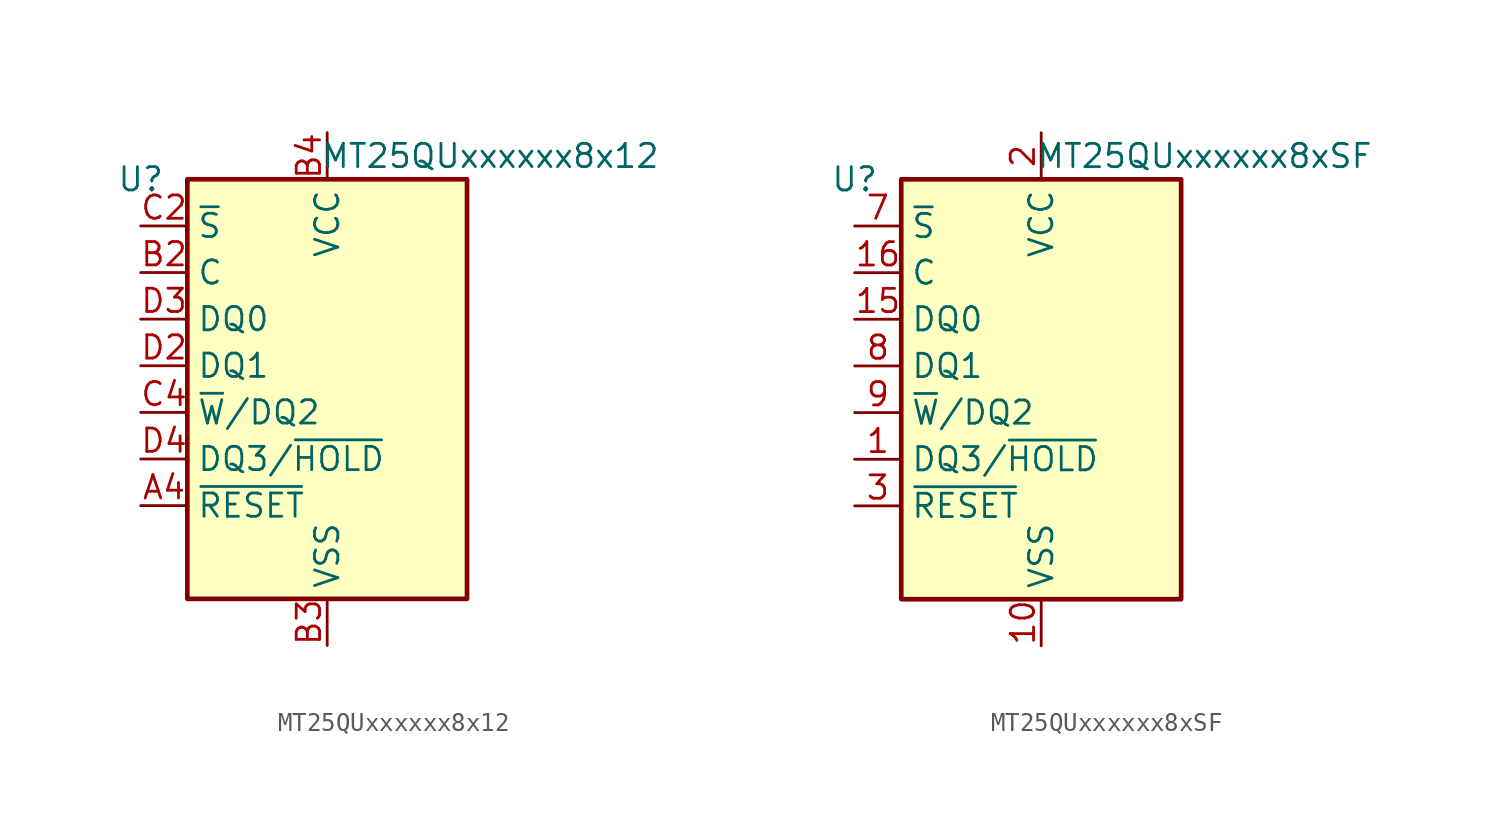
<source format=kicad_sym>
(kicad_symbol_lib
  (version 20231120)
  (generator "kicad_symbol_editor")
  (generator_version "8.0")
  (symbol "MT25QUxxxxxx8x12"
    (property "Reference" "U"
      (at -10.16 10.16 0)
      (effects (font (size 1.27 1.27))))
    (property "Value" "MT25QUxxxxxx8x12"
      (at 8.89 11.43 0)
      (effects (font (size 1.27 1.27))))
    (symbol "MT25QUxxxxxx8x12_0_1"
      (rectangle (start -7.62 10.16) (end 7.62 -12.7) (stroke (width 0.254) (type default)) (fill (type background))))
    (symbol "MT25QUxxxxxx8x12_1_0"
      (pin no_connect line (at 7.62 6.35 180) (length 2.54) hide (name "RFU" (effects (font (size 1.27 1.27)))) (number "C5" (effects (font (size 1.27 1.27)))))
      (pin no_connect line (at 7.62 3.81 180) (length 2.54) hide (name "RFU" (effects (font (size 1.27 1.27)))) (number "D1" (effects (font (size 1.27 1.27)))))
      (pin no_connect line (at 7.62 1.27 180) (length 2.54) hide (name "RFU" (effects (font (size 1.27 1.27)))) (number "D5" (effects (font (size 1.27 1.27)))))
      (pin no_connect line (at 7.62 -1.27 180) (length 2.54) hide (name "RFU" (effects (font (size 1.27 1.27)))) (number "E1" (effects (font (size 1.27 1.27)))))
      (pin no_connect line (at 7.62 -3.81 180) (length 2.54) hide (name "RFU" (effects (font (size 1.27 1.27)))) (number "E2" (effects (font (size 1.27 1.27)))))
      (pin no_connect line (at 7.62 -6.35 180) (length 2.54) hide (name "RFU" (effects (font (size 1.27 1.27)))) (number "E3" (effects (font (size 1.27 1.27)))))
      (pin no_connect line (at 7.62 -8.89 180) (length 2.54) hide (name "RFU" (effects (font (size 1.27 1.27)))) (number "E4" (effects (font (size 1.27 1.27)))))
      (pin no_connect line (at 7.62 -11.43 180) (length 2.54) hide (name "RFU" (effects (font (size 1.27 1.27)))) (number "E5" (effects (font (size 1.27 1.27))))))
    (symbol "MT25QUxxxxxx8x12_1_1"
      (pin no_connect line (at 7.62 -5.08 180) (length 2.54) hide (name "NC" (effects (font (size 1.27 1.27)))) (number "A2" (effects (font (size 1.27 1.27)))))
      (pin no_connect line (at 7.62 -2.54 180) (length 2.54) hide (name "RFU" (effects (font (size 1.27 1.27)))) (number "A3" (effects (font (size 1.27 1.27)))))
      (pin input line (at -10.16 -7.62 0) (length 2.54) (name "~{RESET}" (effects (font (size 1.27 1.27)))) (number "A4" (effects (font (size 1.27 1.27)))))
      (pin no_connect line (at 7.62 0 180) (length 2.54) hide (name "RFU" (effects (font (size 1.27 1.27)))) (number "A5" (effects (font (size 1.27 1.27)))))
      (pin no_connect line (at 7.62 2.54 180) (length 2.54) hide (name "RFU" (effects (font (size 1.27 1.27)))) (number "B1" (effects (font (size 1.27 1.27)))))
      (pin input line (at -10.16 5.08 0) (length 2.54) (name "C" (effects (font (size 1.27 1.27)))) (number "B2" (effects (font (size 1.27 1.27)))))
      (pin power_in line (at 0 -15.24 90) (length 2.54) (name "VSS" (effects (font (size 1.27 1.27)))) (number "B3" (effects (font (size 1.27 1.27)))))
      (pin power_in line (at 0 12.7 270) (length 2.54) (name "VCC" (effects (font (size 1.27 1.27)))) (number "B4" (effects (font (size 1.27 1.27)))))
      (pin no_connect line (at 7.62 5.08 180) (length 2.54) hide (name "RFU" (effects (font (size 1.27 1.27)))) (number "B5" (effects (font (size 1.27 1.27)))))
      (pin no_connect line (at 7.62 7.62 180) (length 2.54) hide (name "RFU" (effects (font (size 1.27 1.27)))) (number "C1" (effects (font (size 1.27 1.27)))))
      (pin input line (at -10.16 7.62 0) (length 2.54) (name "~{S}" (effects (font (size 1.27 1.27)))) (number "C2" (effects (font (size 1.27 1.27)))))
      (pin no_connect line (at 7.62 -7.62 180) (length 2.54) hide (name "RFU" (effects (font (size 1.27 1.27)))) (number "C3" (effects (font (size 1.27 1.27)))))
      (pin input line (at -10.16 -2.54 0) (length 2.54) (name "~{W}/DQ2" (effects (font (size 1.27 1.27)))) (number "C4" (effects (font (size 1.27 1.27)))))
      (pin bidirectional line (at -10.16 0 0) (length 2.54) (name "DQ1" (effects (font (size 1.27 1.27)))) (number "D2" (effects (font (size 1.27 1.27)))))
      (pin bidirectional line (at -10.16 2.54 0) (length 2.54) (name "DQ0" (effects (font (size 1.27 1.27)))) (number "D3" (effects (font (size 1.27 1.27)))))
      (pin input line (at -10.16 -5.08 0) (length 2.54) (name "DQ3/~{HOLD}" (effects (font (size 1.27 1.27)))) (number "D4" (effects (font (size 1.27 1.27)))))))
  (symbol "MT25QUxxxxxx8xSF"
    (property "Reference" "U"
      (at -10.16 10.16 0)
      (effects (font (size 1.27 1.27))))
    (property "Value" "MT25QUxxxxxx8xSF"
      (at 8.89 11.43 0)
      (effects (font (size 1.27 1.27))))
    (symbol "MT25QUxxxxxx8xSF_0_1"
      (rectangle (start -7.62 10.16) (end 7.62 -12.7) (stroke (width 0.254) (type default)) (fill (type background))))
    (symbol "MT25QUxxxxxx8xSF_1_1"
      (pin input line (at -10.16 -5.08 0) (length 2.54) (name "DQ3/~{HOLD}" (effects (font (size 1.27 1.27)))) (number "1" (effects (font (size 1.27 1.27)))))
      (pin power_in line (at 0 -15.24 90) (length 2.54) (name "VSS" (effects (font (size 1.27 1.27)))) (number "10" (effects (font (size 1.27 1.27)))))
      (pin no_connect line (at 7.62 2.54 180) (length 2.54) hide (name "NC" (effects (font (size 1.27 1.27)))) (number "11" (effects (font (size 1.27 1.27)))))
      (pin no_connect line (at 7.62 5.08 180) (length 2.54) hide (name "NC" (effects (font (size 1.27 1.27)))) (number "12" (effects (font (size 1.27 1.27)))))
      (pin no_connect line (at 7.62 7.62 180) (length 2.54) hide (name "NC" (effects (font (size 1.27 1.27)))) (number "13" (effects (font (size 1.27 1.27)))))
      (pin no_connect line (at 7.62 -7.62 180) (length 2.54) hide (name "NC" (effects (font (size 1.27 1.27)))) (number "14" (effects (font (size 1.27 1.27)))))
      (pin bidirectional line (at -10.16 2.54 0) (length 2.54) (name "DQ0" (effects (font (size 1.27 1.27)))) (number "15" (effects (font (size 1.27 1.27)))))
      (pin input line (at -10.16 5.08 0) (length 2.54) (name "C" (effects (font (size 1.27 1.27)))) (number "16" (effects (font (size 1.27 1.27)))))
      (pin power_in line (at 0 12.7 270) (length 2.54) (name "VCC" (effects (font (size 1.27 1.27)))) (number "2" (effects (font (size 1.27 1.27)))))
      (pin input line (at -10.16 -7.62 0) (length 2.54) (name "~{RESET}" (effects (font (size 1.27 1.27)))) (number "3" (effects (font (size 1.27 1.27)))))
      (pin no_connect line (at 7.62 -5.08 180) (length 2.54) hide (name "NC" (effects (font (size 1.27 1.27)))) (number "4" (effects (font (size 1.27 1.27)))))
      (pin no_connect line (at 7.62 -2.54 180) (length 2.54) hide (name "NC" (effects (font (size 1.27 1.27)))) (number "5" (effects (font (size 1.27 1.27)))))
      (pin no_connect line (at 7.62 0 180) (length 2.54) hide (name "NC" (effects (font (size 1.27 1.27)))) (number "6" (effects (font (size 1.27 1.27)))))
      (pin input line (at -10.16 7.62 0) (length 2.54) (name "~{S}" (effects (font (size 1.27 1.27)))) (number "7" (effects (font (size 1.27 1.27)))))
      (pin bidirectional line (at -10.16 0 0) (length 2.54) (name "DQ1" (effects (font (size 1.27 1.27)))) (number "8" (effects (font (size 1.27 1.27)))))
      (pin input line (at -10.16 -2.54 0) (length 2.54) (name "~{W}/DQ2" (effects (font (size 1.27 1.27)))) (number "9" (effects (font (size 1.27 1.27))))))))
</source>
